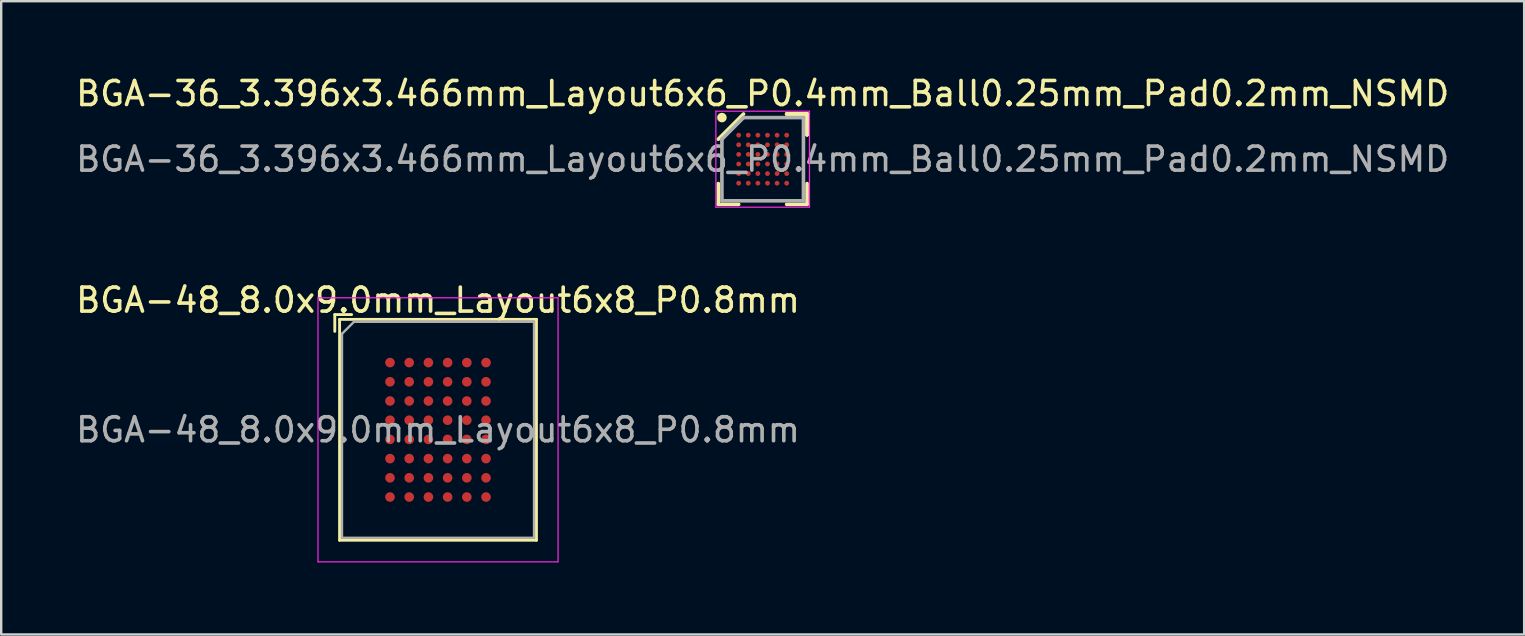
<source format=kicad_pcb>
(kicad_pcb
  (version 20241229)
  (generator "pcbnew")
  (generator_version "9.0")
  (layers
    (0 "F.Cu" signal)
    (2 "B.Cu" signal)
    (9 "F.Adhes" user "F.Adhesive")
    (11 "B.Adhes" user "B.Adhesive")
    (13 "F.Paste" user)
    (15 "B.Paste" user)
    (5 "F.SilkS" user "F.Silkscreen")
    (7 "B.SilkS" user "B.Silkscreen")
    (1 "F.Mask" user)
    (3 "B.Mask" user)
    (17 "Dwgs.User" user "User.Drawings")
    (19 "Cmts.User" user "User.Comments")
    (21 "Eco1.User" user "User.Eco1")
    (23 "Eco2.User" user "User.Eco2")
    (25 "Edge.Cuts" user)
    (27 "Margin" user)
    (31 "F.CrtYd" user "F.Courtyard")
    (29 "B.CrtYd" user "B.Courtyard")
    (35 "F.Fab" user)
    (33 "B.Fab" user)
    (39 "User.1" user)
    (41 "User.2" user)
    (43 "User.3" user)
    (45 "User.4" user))
  (footprint "BGA-48_8.0x9.0mm_Layout6x8_P0.8mm"
    (layer "F.Cu")
    (at 15.196 14.854)
    (property "Reference" "BGA-48_8.0x9.0mm_Layout6x8_P0.8mm" (at 0 -5.4 0) (layer "F.SilkS") (effects (font (size 1 1) (thickness 0.15))))
    (attr smd)
    (fp_line (start -4.3 -4.8) (end -3.6 -4.8) (stroke (width 0.12) (type solid)) (layer "F.SilkS"))
    (fp_line (start -4.3 -4.1) (end -4.3 -4.8) (stroke (width 0.12) (type solid)) (layer "F.SilkS"))
    (fp_line (start -4.1 -4.6) (end 4.1 -4.6) (stroke (width 0.12) (type solid)) (layer "F.SilkS"))
    (fp_line (start -4.1 4.6) (end -4.1 -4.6) (stroke (width 0.12) (type solid)) (layer "F.SilkS"))
    (fp_line (start 4.1 -4.6) (end 4.1 4.6) (stroke (width 0.12) (type solid)) (layer "F.SilkS"))
    (fp_line (start 4.1 4.6) (end -4.1 4.6) (stroke (width 0.12) (type solid)) (layer "F.SilkS"))
    (fp_line (start -5 -5.5) (end -5 5.5) (stroke (width 0.05) (type solid)) (layer "F.CrtYd"))
    (fp_line (start -5 -5.5) (end 5 -5.5) (stroke (width 0.05) (type solid)) (layer "F.CrtYd"))
    (fp_line (start 5 5.5) (end -5 5.5) (stroke (width 0.05) (type solid)) (layer "F.CrtYd"))
    (fp_line (start 5 5.5) (end 5 -5.5) (stroke (width 0.05) (type solid)) (layer "F.CrtYd"))
    (fp_line (start -4 -4) (end -3.5 -4.5) (stroke (width 0.1) (type solid)) (layer "F.Fab"))
    (fp_line (start -4 4.5) (end -4 -4) (stroke (width 0.1) (type solid)) (layer "F.Fab"))
    (fp_line (start -3.5 -4.5) (end 4 -4.5) (stroke (width 0.1) (type solid)) (layer "F.Fab"))
    (fp_line (start 4 -4.5) (end 4 4.5) (stroke (width 0.1) (type solid)) (layer "F.Fab"))
    (fp_line (start 4 4.5) (end -4 4.5) (stroke (width 0.1) (type solid)) (layer "F.Fab"))
    (fp_text user "${REFERENCE}" (at 0 0 0) (layer "F.Fab") (effects (font (size 1 1) (thickness 0.15))))
    (pad "A1" smd circle (at -2 -2.8) (size 0.4 0.4) (layers "F.Cu" "F.Mask" "F.Paste"))
    (pad "A2" smd circle (at -1.2 -2.8) (size 0.4 0.4) (layers "F.Cu" "F.Mask" "F.Paste"))
    (pad "A3" smd circle (at -0.4 -2.8) (size 0.4 0.4) (layers "F.Cu" "F.Mask" "F.Paste"))
    (pad "A4" smd circle (at 0.4 -2.8) (size 0.4 0.4) (layers "F.Cu" "F.Mask" "F.Paste"))
    (pad "A5" smd circle (at 1.2 -2.8) (size 0.4 0.4) (layers "F.Cu" "F.Mask" "F.Paste"))
    (pad "A6" smd circle (at 2 -2.8) (size 0.4 0.4) (layers "F.Cu" "F.Mask" "F.Paste"))
    (pad "B1" smd circle (at -2 -2) (size 0.4 0.4) (layers "F.Cu" "F.Mask" "F.Paste"))
    (pad "B2" smd circle (at -1.2 -2) (size 0.4 0.4) (layers "F.Cu" "F.Mask" "F.Paste"))
    (pad "B3" smd circle (at -0.4 -2) (size 0.4 0.4) (layers "F.Cu" "F.Mask" "F.Paste"))
    (pad "B4" smd circle (at 0.4 -2) (size 0.4 0.4) (layers "F.Cu" "F.Mask" "F.Paste"))
    (pad "B5" smd circle (at 1.2 -2) (size 0.4 0.4) (layers "F.Cu" "F.Mask" "F.Paste"))
    (pad "B6" smd circle (at 2 -2) (size 0.4 0.4) (layers "F.Cu" "F.Mask" "F.Paste"))
    (pad "C1" smd circle (at -2 -1.2) (size 0.4 0.4) (layers "F.Cu" "F.Mask" "F.Paste"))
    (pad "C2" smd circle (at -1.2 -1.2) (size 0.4 0.4) (layers "F.Cu" "F.Mask" "F.Paste"))
    (pad "C3" smd circle (at -0.4 -1.2) (size 0.4 0.4) (layers "F.Cu" "F.Mask" "F.Paste"))
    (pad "C4" smd circle (at 0.4 -1.2) (size 0.4 0.4) (layers "F.Cu" "F.Mask" "F.Paste"))
    (pad "C5" smd circle (at 1.2 -1.2) (size 0.4 0.4) (layers "F.Cu" "F.Mask" "F.Paste"))
    (pad "C6" smd circle (at 2 -1.2) (size 0.4 0.4) (layers "F.Cu" "F.Mask" "F.Paste"))
    (pad "D1" smd circle (at -2 -0.4) (size 0.4 0.4) (layers "F.Cu" "F.Mask" "F.Paste"))
    (pad "D2" smd circle (at -1.2 -0.4) (size 0.4 0.4) (layers "F.Cu" "F.Mask" "F.Paste"))
    (pad "D3" smd circle (at -0.4 -0.4) (size 0.4 0.4) (layers "F.Cu" "F.Mask" "F.Paste"))
    (pad "D4" smd circle (at 0.4 -0.4) (size 0.4 0.4) (layers "F.Cu" "F.Mask" "F.Paste"))
    (pad "D5" smd circle (at 1.2 -0.4) (size 0.4 0.4) (layers "F.Cu" "F.Mask" "F.Paste"))
    (pad "D6" smd circle (at 2 -0.4) (size 0.4 0.4) (layers "F.Cu" "F.Mask" "F.Paste"))
    (pad "E1" smd circle (at -2 0.4) (size 0.4 0.4) (layers "F.Cu" "F.Mask" "F.Paste"))
    (pad "E2" smd circle (at -1.2 0.4) (size 0.4 0.4) (layers "F.Cu" "F.Mask" "F.Paste"))
    (pad "E3" smd circle (at -0.4 0.4) (size 0.4 0.4) (layers "F.Cu" "F.Mask" "F.Paste"))
    (pad "E4" smd circle (at 0.4 0.4) (size 0.4 0.4) (layers "F.Cu" "F.Mask" "F.Paste"))
    (pad "E5" smd circle (at 1.2 0.4) (size 0.4 0.4) (layers "F.Cu" "F.Mask" "F.Paste"))
    (pad "E6" smd circle (at 2 0.4) (size 0.4 0.4) (layers "F.Cu" "F.Mask" "F.Paste"))
    (pad "F1" smd circle (at -2 1.2) (size 0.4 0.4) (layers "F.Cu" "F.Mask" "F.Paste"))
    (pad "F2" smd circle (at -1.2 1.2) (size 0.4 0.4) (layers "F.Cu" "F.Mask" "F.Paste"))
    (pad "F3" smd circle (at -0.4 1.2) (size 0.4 0.4) (layers "F.Cu" "F.Mask" "F.Paste"))
    (pad "F4" smd circle (at 0.4 1.2) (size 0.4 0.4) (layers "F.Cu" "F.Mask" "F.Paste"))
    (pad "F5" smd circle (at 1.2 1.2) (size 0.4 0.4) (layers "F.Cu" "F.Mask" "F.Paste"))
    (pad "F6" smd circle (at 2 1.2) (size 0.4 0.4) (layers "F.Cu" "F.Mask" "F.Paste"))
    (pad "G1" smd circle (at -2 2) (size 0.4 0.4) (layers "F.Cu" "F.Mask" "F.Paste"))
    (pad "G2" smd circle (at -1.2 2) (size 0.4 0.4) (layers "F.Cu" "F.Mask" "F.Paste"))
    (pad "G3" smd circle (at -0.4 2) (size 0.4 0.4) (layers "F.Cu" "F.Mask" "F.Paste"))
    (pad "G4" smd circle (at 0.4 2) (size 0.4 0.4) (layers "F.Cu" "F.Mask" "F.Paste"))
    (pad "G5" smd circle (at 1.2 2) (size 0.4 0.4) (layers "F.Cu" "F.Mask" "F.Paste"))
    (pad "G6" smd circle (at 2 2) (size 0.4 0.4) (layers "F.Cu" "F.Mask" "F.Paste"))
    (pad "H1" smd circle (at -2 2.8) (size 0.4 0.4) (layers "F.Cu" "F.Mask" "F.Paste"))
    (pad "H2" smd circle (at -1.2 2.8) (size 0.4 0.4) (layers "F.Cu" "F.Mask" "F.Paste"))
    (pad "H3" smd circle (at -0.4 2.8) (size 0.4 0.4) (layers "F.Cu" "F.Mask" "F.Paste"))
    (pad "H4" smd circle (at 0.4 2.8) (size 0.4 0.4) (layers "F.Cu" "F.Mask" "F.Paste"))
    (pad "H5" smd circle (at 1.2 2.8) (size 0.4 0.4) (layers "F.Cu" "F.Mask" "F.Paste"))
    (pad "H6" smd circle (at 2 2.8) (size 0.4 0.4) (layers "F.Cu" "F.Mask" "F.Paste")))
  (footprint "BGA-36_3.396x3.466mm_Layout6x6_P0.4mm_Ball0.25mm_Pad0.2mm_NSMD"
    (layer "F.Cu")
    (at 28.72 3.581)
    (property "Reference" "BGA-36_3.396x3.466mm_Layout6x6_P0.4mm_Ball0.25mm_Pad0.2mm_NSMD" (at 0 -2.733 0) (layer "F.SilkS") (effects (font (size 1 1) (thickness 0.15))))
    (attr smd)
    (fp_line (start -1.848 1.883) (end -1.848 1.016) (stroke (width 0.15) (type solid)) (layer "F.SilkS"))
    (fp_line (start -0.999 1.883) (end -1.848 1.883) (stroke (width 0.15) (type solid)) (layer "F.SilkS"))
    (fp_line (start -0.798 -1.883) (end -1.848 -0.833) (stroke (width 0.15) (type solid)) (layer "F.SilkS"))
    (fp_line (start 0.999 -1.883) (end 1.848 -1.883) (stroke (width 0.15) (type solid)) (layer "F.SilkS"))
    (fp_line (start 0.999 -1.883) (end 1.848 -1.883) (stroke (width 0.15) (type solid)) (layer "F.SilkS"))
    (fp_line (start 0.999 -1.883) (end 1.848 -1.883) (stroke (width 0.15) (type solid)) (layer "F.SilkS"))
    (fp_line (start 0.999 1.883) (end 1.848 1.883) (stroke (width 0.15) (type solid)) (layer "F.SilkS"))
    (fp_line (start 1.848 -1.883) (end 1.848 -1.016) (stroke (width 0.15) (type solid)) (layer "F.SilkS"))
    (fp_line (start 1.848 -1.883) (end 1.848 -1.016) (stroke (width 0.15) (type solid)) (layer "F.SilkS"))
    (fp_line (start 1.848 -1.883) (end 1.848 -1.016) (stroke (width 0.15) (type solid)) (layer "F.SilkS"))
    (fp_line (start 1.848 1.883) (end 1.848 1.016) (stroke (width 0.15) (type solid)) (layer "F.SilkS"))
    (fp_circle (center -1.698 -1.733) (end -1.698 -1.633) (stroke (width 0.2) (type solid)) (fill no) (layer "F.SilkS"))
    (fp_line (start -1.95 -2) (end 1.95 -2) (stroke (width 0.05) (type solid)) (layer "F.CrtYd"))
    (fp_line (start -1.95 2) (end -1.95 -2) (stroke (width 0.05) (type solid)) (layer "F.CrtYd"))
    (fp_line (start 1.95 -2) (end 1.95 2) (stroke (width 0.05) (type solid)) (layer "F.CrtYd"))
    (fp_line (start 1.95 2) (end -1.95 2) (stroke (width 0.05) (type solid)) (layer "F.CrtYd"))
    (fp_line (start -1.698 -0.833) (end -1.698 1.733) (stroke (width 0.15) (type solid)) (layer "F.Fab"))
    (fp_line (start -1.698 1.733) (end 1.698 1.733) (stroke (width 0.15) (type solid)) (layer "F.Fab"))
    (fp_line (start -0.798 -1.733) (end -1.698 -0.833) (stroke (width 0.15) (type solid)) (layer "F.Fab"))
    (fp_line (start 1.698 -1.733) (end -0.798 -1.733) (stroke (width 0.15) (type solid)) (layer "F.Fab"))
    (fp_line (start 1.698 1.733) (end 1.698 -1.733) (stroke (width 0.15) (type solid)) (layer "F.Fab"))
    (fp_text user "${REFERENCE}" (at 0 0 0) (layer "F.Fab") (effects (font (size 1 1) (thickness 0.15))))
    (pad "A1" smd circle (at -1 -1) (size 0.2 0.2) (layers "F.Cu" "F.Mask" "F.Paste"))
    (pad "A2" smd circle (at -0.6 -1) (size 0.2 0.2) (layers "F.Cu" "F.Mask" "F.Paste"))
    (pad "A3" smd circle (at -0.2 -1) (size 0.2 0.2) (layers "F.Cu" "F.Mask" "F.Paste"))
    (pad "A4" smd circle (at 0.2 -1) (size 0.2 0.2) (layers "F.Cu" "F.Mask" "F.Paste"))
    (pad "A5" smd circle (at 0.6 -1) (size 0.2 0.2) (layers "F.Cu" "F.Mask" "F.Paste"))
    (pad "A6" smd circle (at 1 -1) (size 0.2 0.2) (layers "F.Cu" "F.Mask" "F.Paste"))
    (pad "B1" smd circle (at -1 -0.6) (size 0.2 0.2) (layers "F.Cu" "F.Mask" "F.Paste"))
    (pad "B2" smd circle (at -0.6 -0.6) (size 0.2 0.2) (layers "F.Cu" "F.Mask" "F.Paste"))
    (pad "B3" smd circle (at -0.2 -0.6) (size 0.2 0.2) (layers "F.Cu" "F.Mask" "F.Paste"))
    (pad "B4" smd circle (at 0.2 -0.6) (size 0.2 0.2) (layers "F.Cu" "F.Mask" "F.Paste"))
    (pad "B5" smd circle (at 0.6 -0.6) (size 0.2 0.2) (layers "F.Cu" "F.Mask" "F.Paste"))
    (pad "B6" smd circle (at 1 -0.6) (size 0.2 0.2) (layers "F.Cu" "F.Mask" "F.Paste"))
    (pad "C1" smd circle (at -1 -0.2) (size 0.2 0.2) (layers "F.Cu" "F.Mask" "F.Paste"))
    (pad "C2" smd circle (at -0.6 -0.2) (size 0.2 0.2) (layers "F.Cu" "F.Mask" "F.Paste"))
    (pad "C3" smd circle (at -0.2 -0.2) (size 0.2 0.2) (layers "F.Cu" "F.Mask" "F.Paste"))
    (pad "C4" smd circle (at 0.2 -0.2) (size 0.2 0.2) (layers "F.Cu" "F.Mask" "F.Paste"))
    (pad "C5" smd circle (at 0.6 -0.2) (size 0.2 0.2) (layers "F.Cu" "F.Mask" "F.Paste"))
    (pad "C6" smd circle (at 1 -0.2) (size 0.2 0.2) (layers "F.Cu" "F.Mask" "F.Paste"))
    (pad "D1" smd circle (at -1 0.2) (size 0.2 0.2) (layers "F.Cu" "F.Mask" "F.Paste"))
    (pad "D2" smd circle (at -0.6 0.2) (size 0.2 0.2) (layers "F.Cu" "F.Mask" "F.Paste"))
    (pad "D3" smd circle (at -0.2 0.2) (size 0.2 0.2) (layers "F.Cu" "F.Mask" "F.Paste"))
    (pad "D4" smd circle (at 0.2 0.2) (size 0.2 0.2) (layers "F.Cu" "F.Mask" "F.Paste"))
    (pad "D5" smd circle (at 0.6 0.2) (size 0.2 0.2) (layers "F.Cu" "F.Mask" "F.Paste"))
    (pad "D6" smd circle (at 1 0.2) (size 0.2 0.2) (layers "F.Cu" "F.Mask" "F.Paste"))
    (pad "E1" smd circle (at -1 0.6) (size 0.2 0.2) (layers "F.Cu" "F.Mask" "F.Paste"))
    (pad "E2" smd circle (at -0.6 0.6) (size 0.2 0.2) (layers "F.Cu" "F.Mask" "F.Paste"))
    (pad "E3" smd circle (at -0.2 0.6) (size 0.2 0.2) (layers "F.Cu" "F.Mask" "F.Paste"))
    (pad "E4" smd circle (at 0.2 0.6) (size 0.2 0.2) (layers "F.Cu" "F.Mask" "F.Paste"))
    (pad "E5" smd circle (at 0.6 0.6) (size 0.2 0.2) (layers "F.Cu" "F.Mask" "F.Paste"))
    (pad "E6" smd circle (at 1 0.6) (size 0.2 0.2) (layers "F.Cu" "F.Mask" "F.Paste"))
    (pad "F1" smd circle (at -1 1) (size 0.2 0.2) (layers "F.Cu" "F.Mask" "F.Paste"))
    (pad "F2" smd circle (at -0.6 1) (size 0.2 0.2) (layers "F.Cu" "F.Mask" "F.Paste"))
    (pad "F3" smd circle (at -0.2 1) (size 0.2 0.2) (layers "F.Cu" "F.Mask" "F.Paste"))
    (pad "F4" smd circle (at 0.2 1) (size 0.2 0.2) (layers "F.Cu" "F.Mask" "F.Paste"))
    (pad "F5" smd circle (at 0.6 1) (size 0.2 0.2) (layers "F.Cu" "F.Mask" "F.Paste"))
    (pad "F6" smd circle (at 1 1) (size 0.2 0.2) (layers "F.Cu" "F.Mask" "F.Paste")))
  (gr_rect
    (start -3 -3)
    (end 60.44 23.38)
    (stroke (width 0.1) (type default))
    (fill no)
    (layer "Edge.Cuts")))
</source>
